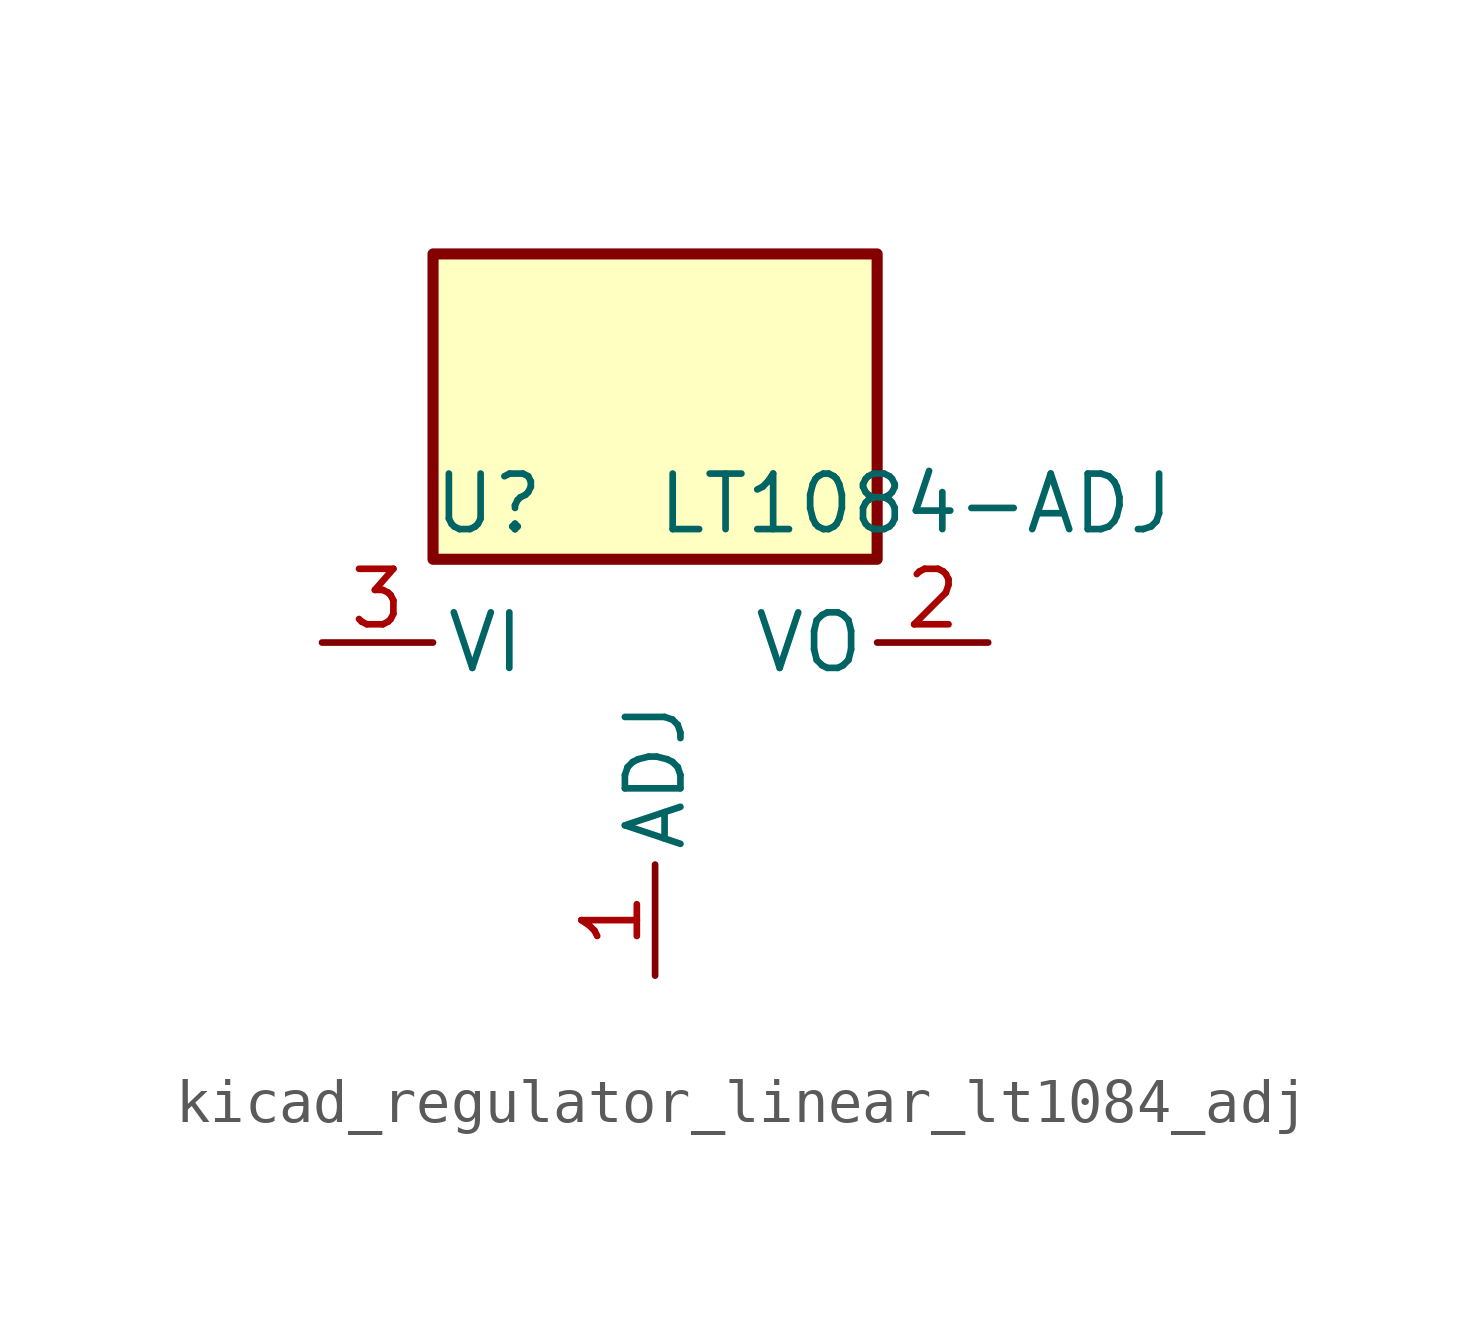
<source format=kicad_sym>
(kicad_symbol_lib
  (version 20220914)
  (generator kicad_symbol_editor)
  (symbol "kicad_regulator_linear_lt1084_adj"
    (pin_names
      (offset 0.254))
    (property "Reference" "U"
      (at -3.81 3.175 0)
      (effects (font (size 1.27 1.27))))
    (property "Value" "LT1084-ADJ"
      (at 0 3.175 0)
      (effects (font (size 1.27 1.27)) (justify left)))
    (symbol "kicad_regulator_linear_lt1084_adj_0_1"
      (rectangle (start 5.08 8.89) (end -5.08 1.905) (stroke (width 0.254) (type default)) (fill (type background))))
    (symbol "kicad_regulator_linear_lt1084_adj_1_1"
      (pin input line (at 0 -7.62 90) (length 2.54) (name "ADJ" (effects (font (size 1.27 1.27)))) (number "1" (effects (font (size 1.27 1.27)))))
      (pin power_out line (at 7.62 0 180) (length 2.54) (name "VO" (effects (font (size 1.27 1.27)))) (number "2" (effects (font (size 1.27 1.27)))))
      (pin power_in line (at -7.62 0 0) (length 2.54) (name "VI" (effects (font (size 1.27 1.27)))) (number "3" (effects (font (size 1.27 1.27))))))))
</source>
